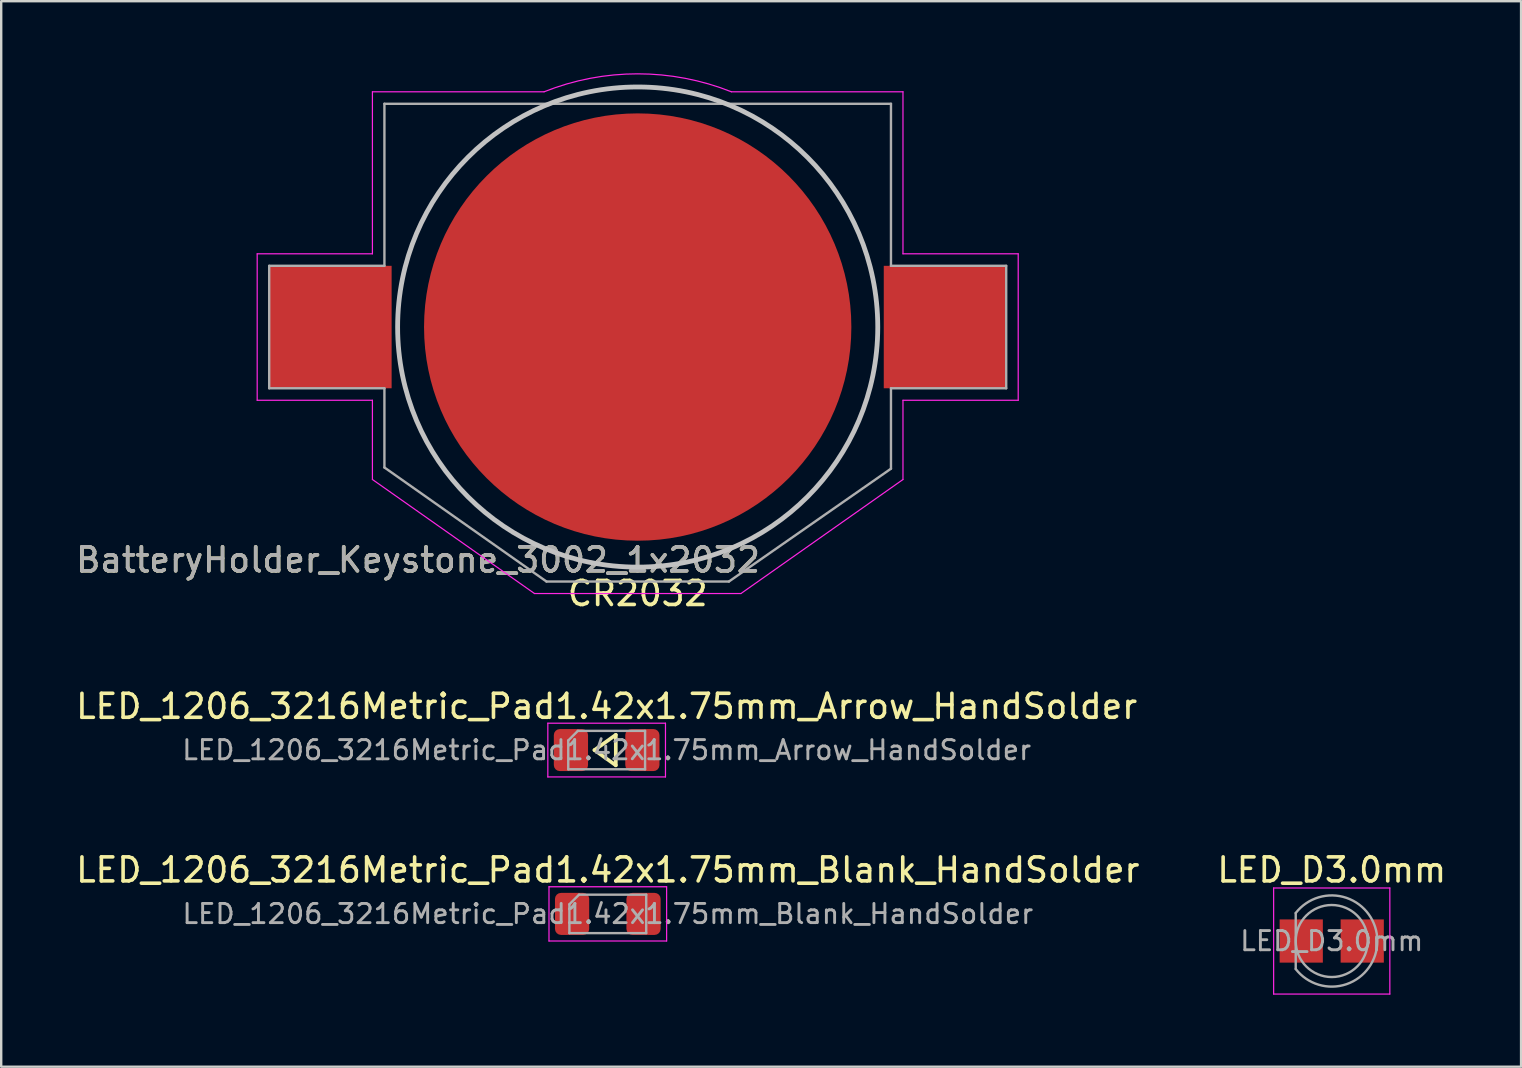
<source format=kicad_pcb>
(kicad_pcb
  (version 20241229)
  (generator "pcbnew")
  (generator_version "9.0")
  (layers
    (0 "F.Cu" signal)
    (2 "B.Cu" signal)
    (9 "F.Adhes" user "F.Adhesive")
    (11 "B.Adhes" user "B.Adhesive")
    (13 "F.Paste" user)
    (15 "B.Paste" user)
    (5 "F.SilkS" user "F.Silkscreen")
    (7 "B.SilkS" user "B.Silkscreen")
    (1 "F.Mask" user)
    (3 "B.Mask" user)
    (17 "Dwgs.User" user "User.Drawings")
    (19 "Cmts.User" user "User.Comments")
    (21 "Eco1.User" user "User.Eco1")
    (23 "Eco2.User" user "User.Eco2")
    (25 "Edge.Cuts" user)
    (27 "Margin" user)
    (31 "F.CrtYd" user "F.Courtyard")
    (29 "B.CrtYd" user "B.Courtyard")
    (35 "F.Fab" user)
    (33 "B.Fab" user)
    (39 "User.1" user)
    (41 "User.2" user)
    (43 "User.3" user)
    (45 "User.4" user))
  (footprint "LED_1206_3216Metric_Pad1.42x1.75mm_Blank_HandSolder"
    (layer "F.Cu")
    (at 22.268 35.018)
    (property "Reference" "LED_1206_3216Metric_Pad1.42x1.75mm_Blank_HandSolder" (at 0 -1.83 0) (layer "F.SilkS") (effects (font (size 1 1) (thickness 0.15))))
    (attr smd)
    (fp_line (start -2.45 -1.13) (end 2.45 -1.13) (stroke (width 0.05) (type solid)) (layer "F.CrtYd"))
    (fp_line (start -2.45 1.13) (end -2.45 -1.13) (stroke (width 0.05) (type solid)) (layer "F.CrtYd"))
    (fp_line (start 2.45 -1.13) (end 2.45 1.13) (stroke (width 0.05) (type solid)) (layer "F.CrtYd"))
    (fp_line (start 2.45 1.13) (end -2.45 1.13) (stroke (width 0.05) (type solid)) (layer "F.CrtYd"))
    (fp_line (start -1.6 -0.4) (end -1.6 0.8) (stroke (width 0.1) (type solid)) (layer "F.Fab"))
    (fp_line (start -1.6 0.8) (end 1.6 0.8) (stroke (width 0.1) (type solid)) (layer "F.Fab"))
    (fp_line (start -1.2 -0.8) (end -1.6 -0.4) (stroke (width 0.1) (type solid)) (layer "F.Fab"))
    (fp_line (start 1.6 -0.8) (end -1.2 -0.8) (stroke (width 0.1) (type solid)) (layer "F.Fab"))
    (fp_line (start 1.6 0.8) (end 1.6 -0.8) (stroke (width 0.1) (type solid)) (layer "F.Fab"))
    (fp_text user "${REFERENCE}" (at 0 0 0) (layer "F.Fab") (effects (font (size 0.8 0.8) (thickness 0.12))))
    (pad "1" smd roundrect (at -1.488 0) (size 1.425 1.75) (layers "F.Cu" "F.Mask" "F.Paste") (roundrect_rratio 0.175))
    (pad "2" smd roundrect (at 1.488 0) (size 1.425 1.75) (layers "F.Cu" "F.Mask" "F.Paste") (roundrect_rratio 0.175)))
  (footprint "LED_1206_3216Metric_Pad1.42x1.75mm_Arrow_HandSolder"
    (layer "F.Cu")
    (at 22.22 28.194)
    (property "Reference" "LED_1206_3216Metric_Pad1.42x1.75mm_Arrow_HandSolder" (at 0 -1.82 0) (layer "F.SilkS") (effects (font (size 1 1) (thickness 0.15))))
    (attr smd)
    (fp_line (start -0.508 0) (end 0.381 0.635) (stroke (width 0.153) (type solid)) (layer "F.SilkS"))
    (fp_line (start 0.381 -0.635) (end -0.508 0) (stroke (width 0.153) (type solid)) (layer "F.SilkS"))
    (fp_line (start 0.381 -0.635) (end 0.381 0.635) (stroke (width 0.153) (type solid)) (layer "F.SilkS"))
    (fp_line (start -2.45 -1.12) (end 2.45 -1.12) (stroke (width 0.05) (type solid)) (layer "F.CrtYd"))
    (fp_line (start -2.45 1.12) (end -2.45 -1.12) (stroke (width 0.05) (type solid)) (layer "F.CrtYd"))
    (fp_line (start 2.45 -1.12) (end 2.45 1.12) (stroke (width 0.05) (type solid)) (layer "F.CrtYd"))
    (fp_line (start 2.45 1.12) (end -2.45 1.12) (stroke (width 0.05) (type solid)) (layer "F.CrtYd"))
    (fp_line (start -1.6 -0.4) (end -1.6 0.8) (stroke (width 0.1) (type solid)) (layer "F.Fab"))
    (fp_line (start -1.6 0.8) (end 1.6 0.8) (stroke (width 0.1) (type solid)) (layer "F.Fab"))
    (fp_line (start -1.2 -0.8) (end -1.6 -0.4) (stroke (width 0.1) (type solid)) (layer "F.Fab"))
    (fp_line (start 1.6 -0.8) (end -1.2 -0.8) (stroke (width 0.1) (type solid)) (layer "F.Fab"))
    (fp_line (start 1.6 0.8) (end 1.6 -0.8) (stroke (width 0.1) (type solid)) (layer "F.Fab"))
    (fp_text user "${REFERENCE}" (at 0 0 0) (layer "F.Fab") (effects (font (size 0.8 0.8) (thickness 0.12))))
    (pad "1" smd roundrect (at -1.488 0) (size 1.425 1.75) (layers "F.Cu" "F.Mask" "F.Paste") (roundrect_rratio 0.175))
    (pad "2" smd roundrect (at 1.488 0) (size 1.425 1.75) (layers "F.Cu" "F.Mask" "F.Paste") (roundrect_rratio 0.175)))
  (footprint "BatteryHolder_Keystone_3002_1x2032"
    (layer "F.Cu")
    (at 23.513 10.573)
    (property "Reference" "BatteryHolder_Keystone_3002_1x2032" (at -9.15 9.7 0) (layer "F.SilkS") (effects (font (size 1 1) (thickness 0.15))))
    (attr smd)
    (fp_circle (center 0 0) (end 10 0) (stroke (width 0.2) (type solid)) (fill no) (layer "Dwgs.User"))
    (fp_line (start -15.85 -3.05) (end -11.05 -3.05) (stroke (width 0.05) (type solid)) (layer "F.CrtYd"))
    (fp_line (start -15.85 3.05) (end -15.85 -3.05) (stroke (width 0.05) (type solid)) (layer "F.CrtYd"))
    (fp_line (start -11.05 -9.8) (end -3.9 -9.8) (stroke (width 0.05) (type solid)) (layer "F.CrtYd"))
    (fp_line (start -11.05 -3.05) (end -11.05 -9.8) (stroke (width 0.05) (type solid)) (layer "F.CrtYd"))
    (fp_line (start -11.05 3.05) (end -15.85 3.05) (stroke (width 0.05) (type solid)) (layer "F.CrtYd"))
    (fp_line (start -11.05 6.35) (end -11.05 3.05) (stroke (width 0.05) (type solid)) (layer "F.CrtYd"))
    (fp_line (start -4.3 11.1) (end -11.05 6.35) (stroke (width 0.05) (type solid)) (layer "F.CrtYd"))
    (fp_line (start 4.3 11.1) (end -4.3 11.1) (stroke (width 0.05) (type solid)) (layer "F.CrtYd"))
    (fp_line (start 11.05 -9.8) (end 3.9 -9.8) (stroke (width 0.05) (type solid)) (layer "F.CrtYd"))
    (fp_line (start 11.05 -9.8) (end 11.05 -3.05) (stroke (width 0.05) (type solid)) (layer "F.CrtYd"))
    (fp_line (start 11.05 -3.05) (end 15.85 -3.05) (stroke (width 0.05) (type solid)) (layer "F.CrtYd"))
    (fp_line (start 11.05 3.05) (end 11.05 6.35) (stroke (width 0.05) (type solid)) (layer "F.CrtYd"))
    (fp_line (start 11.05 6.35) (end 4.3 11.1) (stroke (width 0.05) (type solid)) (layer "F.CrtYd"))
    (fp_line (start 15.85 -3.05) (end 15.85 3.05) (stroke (width 0.05) (type solid)) (layer "F.CrtYd"))
    (fp_line (start 15.85 3.05) (end 11.05 3.05) (stroke (width 0.05) (type solid)) (layer "F.CrtYd"))
    (fp_arc (start -3.9 -9.8) (mid 0 -10.547512) (end 3.9 -9.8) (stroke (width 0.05) (type solid)) (layer "F.CrtYd"))
    (fp_line (start -15.35 -2.55) (end -15.35 2.55) (stroke (width 0.1) (type solid)) (layer "F.Fab"))
    (fp_line (start -15.35 -2.55) (end -10.55 -2.55) (stroke (width 0.1) (type solid)) (layer "F.Fab"))
    (fp_line (start -15.35 2.55) (end -10.55 2.55) (stroke (width 0.1) (type solid)) (layer "F.Fab"))
    (fp_line (start -10.55 -2.55) (end -10.55 -9.3) (stroke (width 0.1) (type solid)) (layer "F.Fab"))
    (fp_line (start -10.55 2.55) (end -10.55 5.85) (stroke (width 0.1) (type solid)) (layer "F.Fab"))
    (fp_line (start -10.55 5.85) (end -3.8 10.6) (stroke (width 0.1) (type solid)) (layer "F.Fab"))
    (fp_line (start -3.8 10.6) (end 3.8 10.6) (stroke (width 0.1) (type solid)) (layer "F.Fab"))
    (fp_line (start 10.55 -9.3) (end -10.55 -9.3) (stroke (width 0.1) (type solid)) (layer "F.Fab"))
    (fp_line (start 10.55 -2.55) (end 10.55 -9.3) (stroke (width 0.1) (type solid)) (layer "F.Fab"))
    (fp_line (start 10.55 2.55) (end 10.55 5.9) (stroke (width 0.1) (type solid)) (layer "F.Fab"))
    (fp_line (start 10.55 2.55) (end 15.35 2.55) (stroke (width 0.1) (type solid)) (layer "F.Fab"))
    (fp_line (start 10.55 5.9) (end 3.8 10.6) (stroke (width 0.1) (type solid)) (layer "F.Fab"))
    (fp_line (start 15.35 -2.55) (end 10.55 -2.55) (stroke (width 0.1) (type solid)) (layer "F.Fab"))
    (fp_line (start 15.35 2.55) (end 15.35 -2.55) (stroke (width 0.1) (type solid)) (layer "F.Fab"))
    (fp_text user "CR2032" (at 0 11.1 0) (unlocked yes) (layer "F.SilkS") (effects (font (size 1 1) (thickness 0.153))))
    (fp_text user "${REFERENCE}" (at -9.15 9.7 0) (layer "F.Fab") (effects (font (size 1 1) (thickness 0.15))))
    (pad "1" smd rect (at -12.8 0) (size 5.1 5.1) (layers "F.Cu" "F.Mask" "F.Paste"))
    (pad "1" smd rect (at 12.8 0) (size 5.1 5.1) (layers "F.Cu" "F.Mask" "F.Paste"))
    (pad "2" smd circle (at 0 0) (size 17.8 17.8) (layers "F.Cu" "F.Mask")))
  (footprint "LED_D3.0mm"
    (layer "F.Cu")
    (at 51.153 36.148)
    (property "Reference" "LED_D3.0mm" (at 1.27 -2.96 0) (layer "F.SilkS") (effects (font (size 1 1) (thickness 0.15))))
    (attr through_hole)
    (fp_line (start -1.15 -2.21) (end -1.15 2.21) (stroke (width 0.05) (type solid)) (layer "F.CrtYd"))
    (fp_line (start -1.15 2.21) (end 3.69 2.21) (stroke (width 0.05) (type solid)) (layer "F.CrtYd"))
    (fp_line (start 3.69 -2.21) (end -1.15 -2.21) (stroke (width 0.05) (type solid)) (layer "F.CrtYd"))
    (fp_line (start 3.69 2.21) (end 3.69 -2.21) (stroke (width 0.05) (type solid)) (layer "F.CrtYd"))
    (fp_line (start -0.23 -1.166) (end -0.23 1.166) (stroke (width 0.1) (type solid)) (layer "F.Fab"))
    (fp_arc (start -0.23 -1.16619) (mid 3.17 0) (end -0.23 1.16619) (stroke (width 0.1) (type solid)) (layer "F.Fab"))
    (fp_circle (center 1.27 0) (end 2.77 0) (stroke (width 0.1) (type solid)) (fill no) (layer "F.Fab"))
    (fp_text user "${REFERENCE}" (at 1.27 0 0) (layer "F.Fab") (effects (font (size 0.8 0.8) (thickness 0.12))))
    (pad "1" smd rect (at 0 0) (size 1.8 1.8) (layers "F.Cu" "F.Mask" "F.Paste"))
    (pad "2" smd rect (at 2.54 0) (size 1.8 1.8) (layers "F.Cu" "F.Mask" "F.Paste")))
  (gr_rect
    (start -3 -3)
    (end 60.31 41.383)
    (stroke (width 0.1) (type default))
    (fill no)
    (layer "Edge.Cuts")))
</source>
